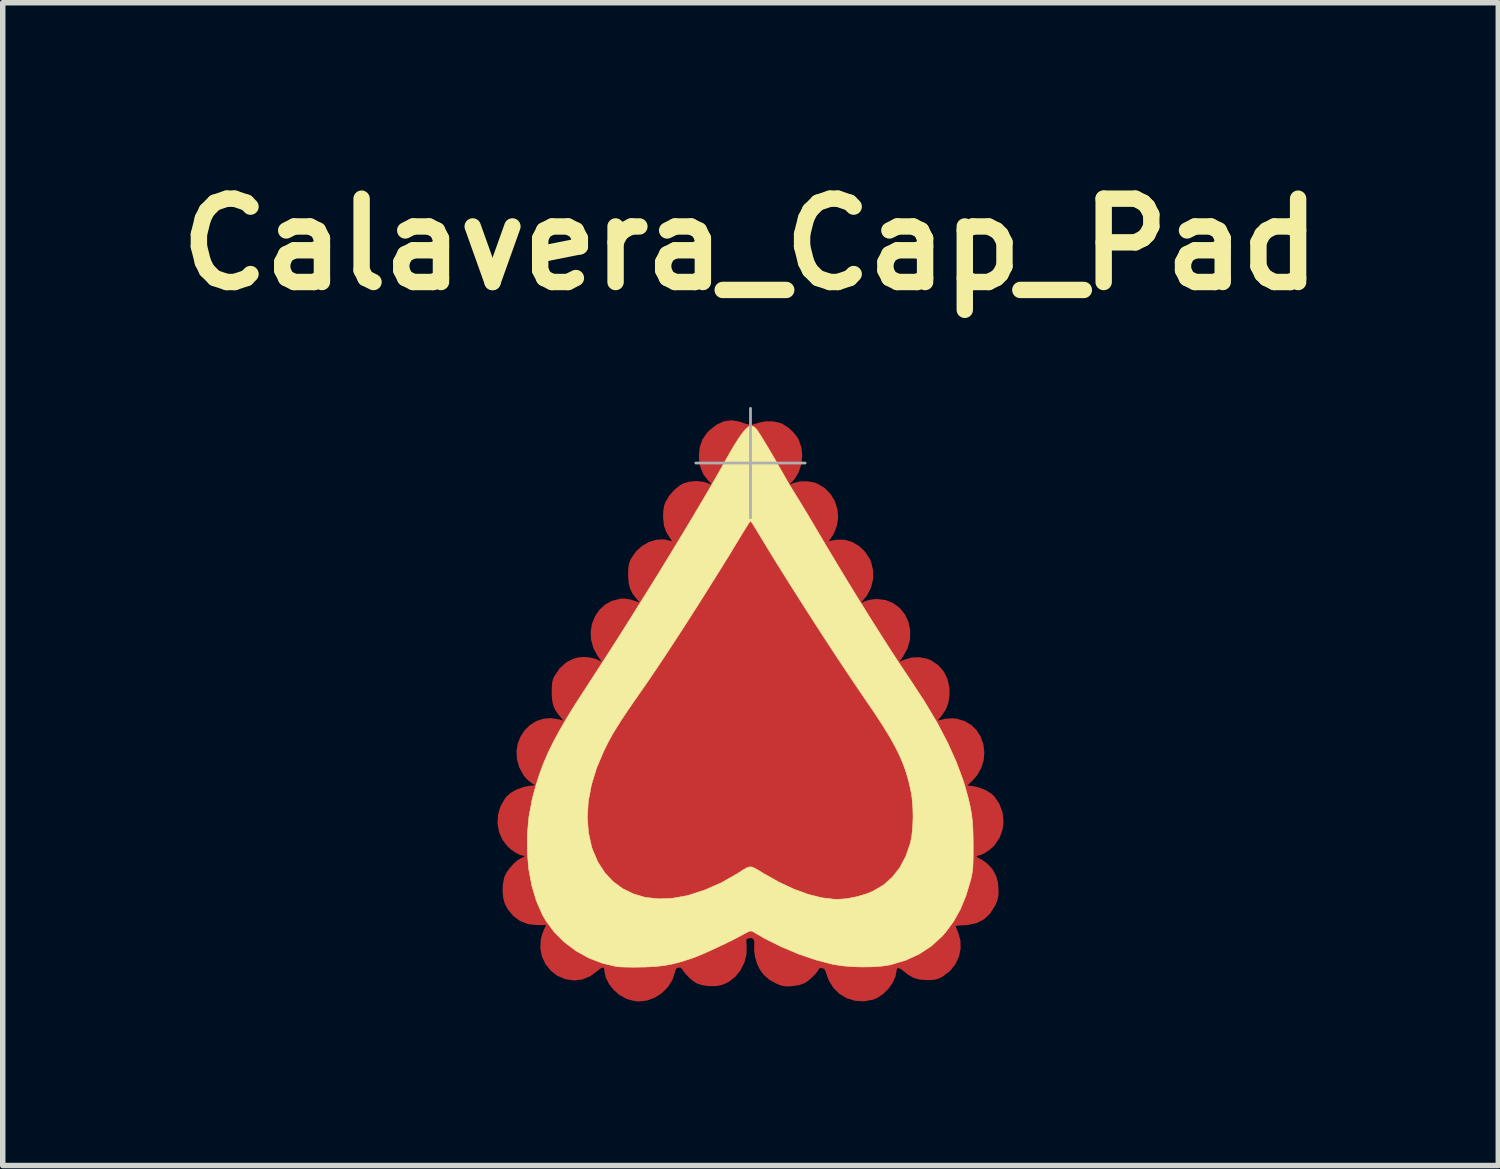
<source format=kicad_pcb>
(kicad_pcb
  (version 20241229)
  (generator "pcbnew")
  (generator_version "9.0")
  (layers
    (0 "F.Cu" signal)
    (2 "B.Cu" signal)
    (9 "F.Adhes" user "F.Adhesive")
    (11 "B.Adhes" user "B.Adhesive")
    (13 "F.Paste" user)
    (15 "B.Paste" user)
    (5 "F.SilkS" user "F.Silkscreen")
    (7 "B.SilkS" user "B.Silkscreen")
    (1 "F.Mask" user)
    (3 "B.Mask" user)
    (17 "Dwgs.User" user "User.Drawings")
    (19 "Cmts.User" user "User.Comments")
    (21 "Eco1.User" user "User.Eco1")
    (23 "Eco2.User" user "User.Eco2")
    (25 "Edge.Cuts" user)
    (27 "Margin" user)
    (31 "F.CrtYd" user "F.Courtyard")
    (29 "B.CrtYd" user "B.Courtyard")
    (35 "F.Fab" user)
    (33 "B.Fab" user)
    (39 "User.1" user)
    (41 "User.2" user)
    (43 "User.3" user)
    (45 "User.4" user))
  (footprint "Calavera_Cap_Pad"
    (layer "F.Cu")
    (at 10.675 5.418)
    (property "Reference" "Calavera_Cap_Pad" (at 0 -4 0) (layer "F.SilkS") (effects (font (size 1.524 1.524) (thickness 0.3))))
    (attr exclude_from_pos_files exclude_from_bom)
    (fp_circle (center -3.49 6.71) (end -3.489 6.71) (stroke (width 0.3) (type solid)) (fill no) (layer "F.Mask"))
    (fp_circle (center -3.44 7.39) (end -3.439 7.39) (stroke (width 0.3) (type solid)) (fill no) (layer "F.Mask"))
    (fp_circle (center -3.39 6.02) (end -3.389 6.02) (stroke (width 0.3) (type solid)) (fill no) (layer "F.Mask"))
    (fp_circle (center -3.19 7.94) (end -3.189 7.94) (stroke (width 0.3) (type solid)) (fill no) (layer "F.Mask"))
    (fp_circle (center -3.18 5.35) (end -3.179 5.35) (stroke (width 0.3) (type solid)) (fill no) (layer "F.Mask"))
    (fp_circle (center -2.94 4.81) (end -2.939 4.81) (stroke (width 0.3) (type solid)) (fill no) (layer "F.Mask"))
    (fp_circle (center -2.8 8.37) (end -2.799 8.37) (stroke (width 0.3) (type solid)) (fill no) (layer "F.Mask"))
    (fp_circle (center -2.6 4.29) (end -2.599 4.29) (stroke (width 0.3) (type solid)) (fill no) (layer "F.Mask"))
    (fp_circle (center -2.22 3.7) (end -2.219 3.7) (stroke (width 0.3) (type solid)) (fill no) (layer "F.Mask"))
    (fp_circle (center -2.19 8.6) (end -2.189 8.6) (stroke (width 0.3) (type solid)) (fill no) (layer "F.Mask"))
    (fp_circle (center -1.78 3.12) (end -1.779 3.12) (stroke (width 0.3) (type solid)) (fill no) (layer "F.Mask"))
    (fp_circle (center -1.56 8.59) (end -1.559 8.59) (stroke (width 0.3) (type solid)) (fill no) (layer "F.Mask"))
    (fp_circle (center -1.45 2.51) (end -1.449 2.51) (stroke (width 0.3) (type solid)) (fill no) (layer "F.Mask"))
    (fp_circle (center -1.07 1.9) (end -1.069 1.9) (stroke (width 0.3) (type solid)) (fill no) (layer "F.Mask"))
    (fp_circle (center -0.95 8.42) (end -0.949 8.42) (stroke (width 0.3) (type solid)) (fill no) (layer "F.Mask"))
    (fp_circle (center -0.74 1.39) (end -0.739 1.39) (stroke (width 0.3) (type solid)) (fill no) (layer "F.Mask"))
    (fp_circle (center -0.4 0.8) (end -0.399 0.8) (stroke (width 0.3) (type solid)) (fill no) (layer "F.Mask"))
    (fp_circle (center -0.33 8.14) (end -0.329 8.14) (stroke (width 0.3) (type solid)) (fill no) (layer "F.Mask"))
    (fp_circle (center 0 0.24) (end 0.001 0.24) (stroke (width 0.3) (type solid)) (fill no) (layer "F.Mask"))
    (fp_circle (center 0.33 8.14) (end 0.331 8.14) (stroke (width 0.3) (type solid)) (fill no) (layer "F.Mask"))
    (fp_circle (center 0.39 0.8) (end 0.391 0.8) (stroke (width 0.3) (type solid)) (fill no) (layer "F.Mask"))
    (fp_circle (center 0.74 1.39) (end 0.741 1.39) (stroke (width 0.3) (type solid)) (fill no) (layer "F.Mask"))
    (fp_circle (center 0.96 8.41) (end 0.961 8.41) (stroke (width 0.3) (type solid)) (fill no) (layer "F.Mask"))
    (fp_circle (center 1.07 1.91) (end 1.071 1.91) (stroke (width 0.3) (type solid)) (fill no) (layer "F.Mask"))
    (fp_circle (center 1.46 2.52) (end 1.461 2.52) (stroke (width 0.3) (type solid)) (fill no) (layer "F.Mask"))
    (fp_circle (center 1.56 8.59) (end 1.561 8.59) (stroke (width 0.3) (type solid)) (fill no) (layer "F.Mask"))
    (fp_circle (center 1.77 3.11) (end 1.771 3.11) (stroke (width 0.3) (type solid)) (fill no) (layer "F.Mask"))
    (fp_circle (center 2.19 8.6) (end 2.191 8.6) (stroke (width 0.3) (type solid)) (fill no) (layer "F.Mask"))
    (fp_circle (center 2.23 3.71) (end 2.231 3.71) (stroke (width 0.3) (type solid)) (fill no) (layer "F.Mask"))
    (fp_circle (center 2.62 4.3) (end 2.621 4.3) (stroke (width 0.3) (type solid)) (fill no) (layer "F.Mask"))
    (fp_circle (center 2.8 8.37) (end 2.801 8.37) (stroke (width 0.3) (type solid)) (fill no) (layer "F.Mask"))
    (fp_circle (center 2.94 4.81) (end 2.941 4.81) (stroke (width 0.3) (type solid)) (fill no) (layer "F.Mask"))
    (fp_circle (center 3.19 5.35) (end 3.191 5.35) (stroke (width 0.3) (type solid)) (fill no) (layer "F.Mask"))
    (fp_circle (center 3.19 7.94) (end 3.191 7.94) (stroke (width 0.3) (type solid)) (fill no) (layer "F.Mask"))
    (fp_circle (center 3.4 6.04) (end 3.401 6.04) (stroke (width 0.3) (type solid)) (fill no) (layer "F.Mask"))
    (fp_circle (center 3.44 7.39) (end 3.441 7.39) (stroke (width 0.3) (type solid)) (fill no) (layer "F.Mask"))
    (fp_circle (center 3.48 6.72) (end 3.481 6.72) (stroke (width 0.3) (type solid)) (fill no) (layer "F.Mask"))
    (fp_poly (pts (xy 0.014 0.917) (xy 0.046 0.965) (xy 0.093 1.039) (xy 0.152 1.132) (xy 0.218 1.241) (xy 0.233 1.265) (xy 0.411 1.556) (xy 0.595 1.856) (xy 0.784 2.158) (xy 0.974 2.459) (xy 1.162 2.755) (xy 1.345 3.04) (xy 1.521 3.311) (xy 1.686 3.563) (xy 1.839 3.792) (xy 1.975 3.992) (xy 2.085 4.149) (xy 2.265 4.406) (xy 2.42 4.636) (xy 2.552 4.843) (xy 2.663 5.032) (xy 2.756 5.207) (xy 2.834 5.373) (xy 2.899 5.534) (xy 2.952 5.696) (xy 2.997 5.862) (xy 3.02 5.963) (xy 3.039 6.085) (xy 3.052 6.233) (xy 3.059 6.395) (xy 3.059 6.56) (xy 3.053 6.719) (xy 3.041 6.859) (xy 3.022 6.97) (xy 3.018 6.985) (xy 2.932 7.234) (xy 2.818 7.452) (xy 2.675 7.639) (xy 2.504 7.794) (xy 2.305 7.918) (xy 2.078 8.01) (xy 1.984 8.037) (xy 1.899 8.056) (xy 1.823 8.068) (xy 1.742 8.073) (xy 1.642 8.073) (xy 1.544 8.069) (xy 1.242 8.034) (xy 0.938 7.958) (xy 0.634 7.841) (xy 0.332 7.683) (xy 0.143 7.564) (xy 0.08 7.523) (xy 0.028 7.494) (xy 0.001 7.483) (xy 0.001 7.483) (xy -0.025 7.494) (xy -0.078 7.523) (xy -0.148 7.566) (xy -0.196 7.596) (xy -0.514 7.78) (xy -0.839 7.923) (xy -1.126 8.014) (xy -1.275 8.044) (xy -1.441 8.063) (xy -1.613 8.071) (xy -1.779 8.067) (xy -1.924 8.052) (xy -2.002 8.035) (xy -2.238 7.951) (xy -2.447 7.835) (xy -2.628 7.688) (xy -2.78 7.509) (xy -2.904 7.3) (xy -2.998 7.06) (xy -3.02 6.985) (xy -3.04 6.88) (xy -3.053 6.744) (xy -3.061 6.588) (xy -3.061 6.423) (xy -3.056 6.259) (xy -3.044 6.109) (xy -3.025 5.982) (xy -3.022 5.963) (xy -2.948 5.684) (xy -2.848 5.408) (xy -2.718 5.13) (xy -2.556 4.844) (xy -2.389 4.587) (xy -2.036 4.067) (xy -1.705 3.574) (xy -1.393 3.102) (xy -1.096 2.644) (xy -0.81 2.196) (xy -0.531 1.75) (xy -0.286 1.35) (xy -0.21 1.226) (xy -0.141 1.116) (xy -0.083 1.023) (xy -0.038 0.953) (xy -0.009 0.911) (xy 0 0.9) (xy 0.014 0.917)) (stroke (width 0.01) (type solid)) (fill yes) (layer "F.Mask"))
    (fp_poly (pts (xy -0.182 -0.751) (xy -0.149 -0.741) (xy -0.000001 -0.693) (xy 0.149 -0.741) (xy 0.309 -0.773) (xy 0.46 -0.764) (xy 0.599 -0.715) (xy 0.727 -0.626) (xy 0.751 -0.602) (xy 0.851 -0.473) (xy 0.914 -0.325) (xy 0.94 -0.158) (xy 0.94 -0.127) (xy 0.927 0.025) (xy 0.884 0.155) (xy 0.807 0.275) (xy 0.776 0.311) (xy 0.7 0.395) (xy 0.821 0.354) (xy 0.965 0.325) (xy 1.105 0.334) (xy 1.235 0.377) (xy 1.351 0.449) (xy 1.45 0.547) (xy 1.527 0.665) (xy 1.578 0.799) (xy 1.599 0.945) (xy 1.585 1.099) (xy 1.577 1.132) (xy 1.548 1.219) (xy 1.509 1.305) (xy 1.483 1.347) (xy 1.422 1.435) (xy 1.5 1.413) (xy 1.601 1.4) (xy 1.718 1.407) (xy 1.831 1.431) (xy 1.898 1.457) (xy 2 1.527) (xy 2.094 1.625) (xy 2.17 1.738) (xy 2.211 1.832) (xy 2.241 1.99) (xy 2.233 2.149) (xy 2.191 2.3) (xy 2.116 2.435) (xy 2.071 2.49) (xy 2.008 2.556) (xy 2.12 2.517) (xy 2.277 2.481) (xy 2.422 2.487) (xy 2.559 2.534) (xy 2.687 2.622) (xy 2.732 2.665) (xy 2.829 2.781) (xy 2.889 2.901) (xy 2.917 3.036) (xy 2.921 3.123) (xy 2.907 3.273) (xy 2.861 3.407) (xy 2.782 3.537) (xy 2.707 3.64) (xy 2.808 3.593) (xy 2.919 3.56) (xy 3.045 3.548) (xy 3.17 3.558) (xy 3.266 3.586) (xy 3.381 3.656) (xy 3.485 3.758) (xy 3.568 3.879) (xy 3.587 3.919) (xy 3.617 3.991) (xy 3.634 4.051) (xy 3.639 4.116) (xy 3.637 4.204) (xy 3.636 4.22) (xy 3.619 4.362) (xy 3.581 4.479) (xy 3.517 4.586) (xy 3.466 4.65) (xy 3.429 4.695) (xy 3.421 4.714) (xy 3.439 4.711) (xy 3.44 4.711) (xy 3.593 4.67) (xy 3.745 4.669) (xy 3.888 4.706) (xy 4.018 4.779) (xy 4.129 4.885) (xy 4.206 5.004) (xy 4.251 5.131) (xy 4.272 5.275) (xy 4.267 5.419) (xy 4.256 5.476) (xy 4.221 5.571) (xy 4.165 5.671) (xy 4.098 5.761) (xy 4.03 5.826) (xy 4.022 5.831) (xy 3.98 5.862) (xy 3.959 5.884) (xy 3.958 5.887) (xy 3.977 5.896) (xy 4.026 5.906) (xy 4.072 5.911) (xy 4.222 5.946) (xy 4.351 6.012) (xy 4.458 6.105) (xy 4.539 6.219) (xy 4.595 6.349) (xy 4.622 6.488) (xy 4.619 6.632) (xy 4.584 6.775) (xy 4.516 6.91) (xy 4.425 7.022) (xy 4.346 7.086) (xy 4.26 7.137) (xy 4.231 7.149) (xy 4.162 7.176) (xy 4.132 7.197) (xy 4.141 7.213) (xy 4.177 7.226) (xy 4.239 7.256) (xy 4.312 7.314) (xy 4.385 7.39) (xy 4.448 7.473) (xy 4.479 7.528) (xy 4.527 7.672) (xy 4.538 7.826) (xy 4.513 7.981) (xy 4.454 8.129) (xy 4.373 8.248) (xy 4.324 8.294) (xy 4.252 8.344) (xy 4.187 8.381) (xy 4.106 8.417) (xy 4.035 8.437) (xy 3.954 8.445) (xy 3.902 8.445) (xy 3.827 8.446) (xy 3.772 8.449) (xy 3.747 8.453) (xy 3.747 8.453) (xy 3.754 8.476) (xy 3.775 8.524) (xy 3.792 8.565) (xy 3.826 8.671) (xy 3.839 8.797) (xy 3.839 8.817) (xy 3.837 8.907) (xy 3.825 8.978) (xy 3.798 9.051) (xy 3.771 9.109) (xy 3.684 9.243) (xy 3.573 9.346) (xy 3.445 9.415) (xy 3.305 9.451) (xy 3.16 9.452) (xy 3.015 9.417) (xy 2.875 9.345) (xy 2.802 9.287) (xy 2.737 9.238) (xy 2.693 9.226) (xy 2.67 9.25) (xy 2.667 9.28) (xy 2.648 9.387) (xy 2.597 9.5) (xy 2.521 9.609) (xy 2.426 9.703) (xy 2.32 9.773) (xy 2.302 9.781) (xy 2.166 9.821) (xy 2.015 9.833) (xy 1.866 9.815) (xy 1.762 9.781) (xy 1.66 9.72) (xy 1.564 9.634) (xy 1.481 9.533) (xy 1.418 9.426) (xy 1.382 9.322) (xy 1.376 9.27) (xy 1.357 9.237) (xy 1.323 9.223) (xy 1.282 9.224) (xy 1.248 9.251) (xy 1.226 9.284) (xy 1.13 9.403) (xy 1.011 9.49) (xy 0.877 9.543) (xy 0.732 9.564) (xy 0.585 9.549) (xy 0.441 9.499) (xy 0.306 9.413) (xy 0.297 9.406) (xy 0.201 9.299) (xy 0.128 9.166) (xy 0.083 9.018) (xy 0.072 8.866) (xy 0.074 8.826) (xy 0.08 8.757) (xy 0.075 8.717) (xy 0.058 8.693) (xy 0.044 8.683) (xy -0.000229 8.667) (xy -0.044 8.683) (xy -0.068 8.704) (xy -0.079 8.735) (xy -0.078 8.788) (xy -0.074 8.826) (xy -0.076 8.965) (xy -0.107 9.11) (xy -0.162 9.241) (xy -0.178 9.267) (xy -0.277 9.388) (xy -0.401 9.479) (xy -0.542 9.539) (xy -0.693 9.565) (xy -0.845 9.553) (xy -0.91 9.536) (xy -1.002 9.491) (xy -1.099 9.42) (xy -1.189 9.334) (xy -1.25 9.255) (xy -1.287 9.225) (xy -1.33 9.22) (xy -1.365 9.238) (xy -1.376 9.27) (xy -1.394 9.367) (xy -1.443 9.474) (xy -1.516 9.579) (xy -1.605 9.674) (xy -1.704 9.749) (xy -1.762 9.779) (xy -1.88 9.816) (xy -2.009 9.834) (xy -2.132 9.831) (xy -2.212 9.814) (xy -2.328 9.768) (xy -2.419 9.712) (xy -2.501 9.635) (xy -2.515 9.62) (xy -2.581 9.528) (xy -2.632 9.426) (xy -2.662 9.327) (xy -2.667 9.279) (xy -2.676 9.232) (xy -2.704 9.22) (xy -2.752 9.245) (xy -2.797 9.282) (xy -2.931 9.378) (xy -3.073 9.435) (xy -3.219 9.456) (xy -3.363 9.441) (xy -3.498 9.392) (xy -3.62 9.309) (xy -3.722 9.193) (xy -3.771 9.109) (xy -3.827 8.953) (xy -3.843 8.795) (xy -3.821 8.641) (xy -3.792 8.562) (xy -3.767 8.503) (xy -3.752 8.461) (xy -3.751 8.449) (xy -3.773 8.446) (xy -3.828 8.442) (xy -3.903 8.439) (xy -3.926 8.439) (xy -4.089 8.42) (xy -4.225 8.369) (xy -4.338 8.283) (xy -4.432 8.162) (xy -4.469 8.094) (xy -4.524 7.938) (xy -4.54 7.78) (xy -4.517 7.627) (xy -4.456 7.484) (xy -4.358 7.357) (xy -4.324 7.324) (xy -4.263 7.276) (xy -4.207 7.239) (xy -4.177 7.226) (xy -4.137 7.211) (xy -4.134 7.194) (xy -4.17 7.172) (xy -4.228 7.15) (xy -4.351 7.084) (xy -4.387 7.052) (xy -4 7.052) (xy -3.978 7.374) (xy -3.922 7.68) (xy -3.832 7.967) (xy -3.707 8.235) (xy -3.552 8.474) (xy -3.389 8.657) (xy -3.195 8.813) (xy -2.972 8.942) (xy -2.725 9.041) (xy -2.456 9.108) (xy -2.365 9.123) (xy -2.243 9.133) (xy -2.092 9.135) (xy -1.925 9.128) (xy -1.757 9.114) (xy -1.598 9.094) (xy -1.517 9.08) (xy -1.236 9.009) (xy -0.942 8.909) (xy -0.65 8.787) (xy -0.371 8.646) (xy -0.215 8.555) (xy -0.136 8.508) (xy -0.066 8.471) (xy -0.017 8.449) (xy -0.002 8.445) (xy 0.031 8.456) (xy 0.091 8.484) (xy 0.168 8.526) (xy 0.235 8.566) (xy 0.532 8.729) (xy 0.839 8.867) (xy 1.149 8.979) (xy 1.455 9.061) (xy 1.748 9.11) (xy 1.842 9.119) (xy 2.157 9.125) (xy 2.45 9.096) (xy 2.721 9.033) (xy 2.969 8.934) (xy 3.193 8.803) (xy 3.392 8.637) (xy 3.566 8.439) (xy 3.712 8.209) (xy 3.749 8.138) (xy 3.862 7.858) (xy 3.94 7.559) (xy 3.983 7.241) (xy 3.991 6.909) (xy 3.964 6.565) (xy 3.902 6.211) (xy 3.806 5.85) (xy 3.676 5.485) (xy 3.512 5.118) (xy 3.501 5.095) (xy 3.463 5.022) (xy 3.428 4.953) (xy 3.391 4.886) (xy 3.351 4.816) (xy 3.305 4.738) (xy 3.249 4.649) (xy 3.182 4.543) (xy 3.101 4.417) (xy 3.002 4.266) (xy 2.884 4.085) (xy 2.835 4.011) (xy 2.592 3.636) (xy 2.331 3.226) (xy 2.055 2.786) (xy 1.766 2.319) (xy 1.467 1.828) (xy 1.159 1.318) (xy 0.845 0.792) (xy 0.527 0.252) (xy 0.358 -0.036) (xy 0.258 -0.208) (xy 0.176 -0.345) (xy 0.111 -0.451) (xy 0.061 -0.527) (xy 0.025 -0.577) (xy 0.001 -0.603) (xy -0.012 -0.608) (xy -0.014 -0.607) (xy -0.029 -0.584) (xy -0.064 -0.528) (xy -0.115 -0.444) (xy -0.181 -0.333) (xy -0.259 -0.201) (xy -0.348 -0.05) (xy -0.445 0.114) (xy -0.545 0.286) (xy -0.856 0.816) (xy -1.15 1.312) (xy -1.429 1.777) (xy -1.694 2.213) (xy -1.947 2.625) (xy -2.191 3.014) (xy -2.427 3.385) (xy -2.657 3.739) (xy -2.879 4.074) (xy -3.019 4.286) (xy -3.138 4.468) (xy -3.238 4.627) (xy -3.324 4.767) (xy -3.397 4.894) (xy -3.462 5.013) (xy -3.521 5.13) (xy -3.578 5.25) (xy -3.592 5.281) (xy -3.743 5.649) (xy -3.858 6.012) (xy -3.94 6.369) (xy -3.987 6.716) (xy -4 7.052) (xy -4.387 7.052) (xy -4.458 6.987) (xy -4.542 6.864) (xy -4.598 6.724) (xy -4.622 6.576) (xy -4.622 6.564) (xy -4.606 6.394) (xy -4.554 6.244) (xy -4.47 6.116) (xy -4.357 6.016) (xy -4.217 5.945) (xy -4.058 5.909) (xy -3.929 5.895) (xy -4.014 5.839) (xy -4.118 5.746) (xy -4.197 5.625) (xy -4.25 5.482) (xy -4.273 5.327) (xy -4.271 5.242) (xy -4.239 5.085) (xy -4.175 4.948) (xy -4.084 4.834) (xy -3.97 4.747) (xy -3.838 4.69) (xy -3.695 4.666) (xy -3.546 4.679) (xy -3.44 4.711) (xy -3.421 4.714) (xy -3.429 4.695) (xy -3.465 4.65) (xy -3.466 4.65) (xy -3.552 4.534) (xy -3.605 4.416) (xy -3.632 4.28) (xy -3.636 4.229) (xy -3.632 4.07) (xy -3.597 3.932) (xy -3.528 3.809) (xy -3.477 3.745) (xy -3.36 3.644) (xy -3.226 3.577) (xy -3.083 3.546) (xy -2.937 3.553) (xy -2.808 3.593) (xy -2.707 3.64) (xy -2.782 3.537) (xy -2.863 3.404) (xy -2.908 3.269) (xy -2.921 3.123) (xy -2.908 2.974) (xy -2.867 2.847) (xy -2.791 2.73) (xy -2.732 2.665) (xy -2.607 2.561) (xy -2.474 2.499) (xy -2.331 2.479) (xy -2.179 2.499) (xy -2.12 2.517) (xy -2.008 2.556) (xy -2.071 2.49) (xy -2.149 2.393) (xy -2.199 2.294) (xy -2.225 2.179) (xy -2.233 2.043) (xy -2.231 1.939) (xy -2.223 1.864) (xy -2.206 1.804) (xy -2.185 1.754) (xy -2.104 1.629) (xy -1.999 1.523) (xy -1.899 1.458) (xy -1.815 1.427) (xy -1.711 1.407) (xy -1.606 1.399) (xy -1.516 1.406) (xy -1.485 1.414) (xy -1.421 1.436) (xy -1.483 1.348) (xy -1.538 1.245) (xy -1.578 1.122) (xy -1.6 0.998) (xy -1.599 0.891) (xy -1.558 0.735) (xy -1.487 0.598) (xy -1.392 0.485) (xy -1.276 0.4) (xy -1.146 0.345) (xy -1.006 0.325) (xy -0.861 0.342) (xy -0.821 0.354) (xy -0.7 0.395) (xy -0.776 0.311) (xy -0.867 0.18) (xy -0.923 0.034) (xy -0.944 -0.12) (xy -0.928 -0.275) (xy -0.878 -0.423) (xy -0.792 -0.557) (xy -0.751 -0.602) (xy -0.626 -0.7) (xy -0.489 -0.758) (xy -0.34 -0.775) (xy -0.182 -0.751)) (stroke (width 0.01) (type solid)) (fill yes) (layer "F.Mask"))
    (fp_poly (pts (xy 0.055 -0.668) (xy 0.1 -0.63) (xy 0.129 -0.591) (xy 0.175 -0.521) (xy 0.234 -0.426) (xy 0.305 -0.31) (xy 0.382 -0.18) (xy 0.463 -0.04) (xy 0.544 0.103) (xy 0.582 0.169) (xy 0.647 0.284) (xy 0.722 0.412) (xy 0.796 0.533) (xy 0.833 0.593) (xy 0.883 0.674) (xy 0.95 0.783) (xy 1.026 0.909) (xy 1.107 1.044) (xy 1.186 1.178) (xy 1.196 1.196) (xy 1.39 1.523) (xy 1.589 1.855) (xy 1.789 2.186) (xy 1.989 2.511) (xy 2.185 2.826) (xy 2.374 3.125) (xy 2.552 3.404) (xy 2.717 3.657) (xy 2.866 3.88) (xy 2.912 3.948) (xy 3.18 4.357) (xy 3.412 4.746) (xy 3.607 5.118) (xy 3.766 5.472) (xy 3.891 5.809) (xy 3.937 5.962) (xy 3.983 6.132) (xy 4.017 6.279) (xy 4.042 6.416) (xy 4.058 6.554) (xy 4.068 6.703) (xy 4.072 6.877) (xy 4.073 7.006) (xy 4.073 7.161) (xy 4.071 7.283) (xy 4.067 7.378) (xy 4.06 7.455) (xy 4.049 7.524) (xy 4.035 7.59) (xy 4.028 7.62) (xy 3.942 7.908) (xy 3.838 8.161) (xy 3.713 8.385) (xy 3.565 8.585) (xy 3.498 8.66) (xy 3.302 8.838) (xy 3.082 8.982) (xy 2.836 9.094) (xy 2.563 9.175) (xy 2.551 9.178) (xy 2.406 9.2) (xy 2.232 9.213) (xy 2.043 9.216) (xy 1.851 9.21) (xy 1.669 9.194) (xy 1.509 9.168) (xy 1.506 9.168) (xy 1.2 9.088) (xy 0.882 8.98) (xy 0.564 8.846) (xy 0.259 8.694) (xy 0.041 8.567) (xy 0.011 8.557) (xy -0.028 8.565) (xy -0.088 8.595) (xy -0.099 8.601) (xy -0.201 8.657) (xy -0.326 8.722) (xy -0.467 8.791) (xy -0.615 8.861) (xy -0.759 8.927) (xy -0.892 8.986) (xy -1.004 9.032) (xy -1.074 9.058) (xy -1.258 9.117) (xy -1.42 9.16) (xy -1.574 9.189) (xy -1.736 9.207) (xy -1.921 9.217) (xy -1.99 9.218) (xy -2.117 9.22) (xy -2.238 9.219) (xy -2.342 9.216) (xy -2.42 9.212) (xy -2.449 9.209) (xy -2.711 9.147) (xy -2.961 9.05) (xy -3.194 8.92) (xy -3.405 8.76) (xy -3.591 8.575) (xy -3.744 8.367) (xy -3.808 8.255) (xy -3.917 8.004) (xy -4 7.726) (xy -4.055 7.428) (xy -4.082 7.116) (xy -4.082 6.795) (xy -4.053 6.477) (xy -2.984 6.477) (xy -2.964 6.756) (xy -2.905 7.022) (xy -2.888 7.072) (xy -2.792 7.296) (xy -2.667 7.489) (xy -2.516 7.652) (xy -2.341 7.782) (xy -2.143 7.879) (xy -1.926 7.943) (xy -1.691 7.97) (xy -1.441 7.962) (xy -1.178 7.916) (xy -1.136 7.906) (xy -0.832 7.807) (xy -0.529 7.674) (xy -0.242 7.51) (xy -0.23 7.503) (xy -0.14 7.444) (xy -0.075 7.406) (xy -0.025 7.387) (xy 0.021 7.387) (xy 0.074 7.408) (xy 0.144 7.448) (xy 0.232 7.502) (xy 0.519 7.664) (xy 0.795 7.793) (xy 1.059 7.889) (xy 1.307 7.951) (xy 1.537 7.978) (xy 1.59 7.98) (xy 1.766 7.967) (xy 1.955 7.929) (xy 2.139 7.873) (xy 2.24 7.83) (xy 2.43 7.719) (xy 2.594 7.574) (xy 2.732 7.397) (xy 2.842 7.188) (xy 2.924 6.951) (xy 2.95 6.817) (xy 2.966 6.654) (xy 2.973 6.477) (xy 2.969 6.296) (xy 2.954 6.125) (xy 2.935 6.006) (xy 2.896 5.831) (xy 2.85 5.666) (xy 2.793 5.505) (xy 2.723 5.342) (xy 2.638 5.172) (xy 2.535 4.989) (xy 2.412 4.789) (xy 2.265 4.565) (xy 2.161 4.413) (xy 1.97 4.133) (xy 1.765 3.828) (xy 1.55 3.504) (xy 1.33 3.168) (xy 1.11 2.828) (xy 0.893 2.488) (xy 0.683 2.157) (xy 0.485 1.841) (xy 0.304 1.546) (xy 0.147 1.286) (xy 0.094 1.2) (xy 0.05 1.128) (xy 0.017 1.079) (xy 0.001 1.059) (xy 0.000165 1.058) (xy -0.014 1.076) (xy -0.046 1.123) (xy -0.092 1.196) (xy -0.148 1.287) (xy -0.199 1.371) (xy -0.378 1.666) (xy -0.568 1.973) (xy -0.764 2.286) (xy -0.963 2.601) (xy -1.162 2.912) (xy -1.357 3.213) (xy -1.544 3.499) (xy -1.721 3.764) (xy -1.883 4.003) (xy -2.018 4.197) (xy -2.157 4.396) (xy -2.274 4.568) (xy -2.372 4.716) (xy -2.455 4.848) (xy -2.527 4.967) (xy -2.59 5.081) (xy -2.648 5.195) (xy -2.68 5.26) (xy -2.814 5.576) (xy -2.909 5.885) (xy -2.966 6.186) (xy -2.984 6.477) (xy -4.053 6.477) (xy -4.053 6.474) (xy -3.994 6.158) (xy -3.979 6.096) (xy -3.922 5.888) (xy -3.859 5.69) (xy -3.787 5.496) (xy -3.704 5.302) (xy -3.606 5.102) (xy -3.492 4.891) (xy -3.359 4.663) (xy -3.205 4.413) (xy -3.029 4.141) (xy -2.812 3.807) (xy -2.588 3.459) (xy -2.36 3.102) (xy -2.131 2.738) (xy -1.903 2.373) (xy -1.678 2.011) (xy -1.46 1.655) (xy -1.25 1.309) (xy -1.052 0.979) (xy -0.867 0.667) (xy -0.698 0.378) (xy -0.548 0.116) (xy -0.424 -0.106) (xy -0.361 -0.217) (xy -0.291 -0.334) (xy -0.223 -0.441) (xy -0.174 -0.513) (xy -0.102 -0.605) (xy -0.044 -0.66) (xy 0.007 -0.681) (xy 0.055 -0.668)) (stroke (width 0.01) (type solid)) (fill yes) (layer "F.SilkS"))
    (fp_line (start 0 -1) (end 0 1) (stroke (width 0.05) (type solid)) (layer "F.Fab"))
    (fp_line (start 1 0) (end -1 0) (stroke (width 0.05) (type solid)) (layer "F.Fab"))
    (pad "1" smd custom (at 0 5) (size 1 1) (layers "F.Cu") (options (anchor circle)) (primitives (gr_poly (pts (xy -0.197 -5.752) (xy -0.159 -5.738) (xy -0.072 -5.708) (xy -0.007 -5.696) (xy 0.053 -5.701) (xy 0.124 -5.723) (xy 0.138 -5.728) (xy 0.264 -5.757) (xy 0.403 -5.758) (xy 0.534 -5.731) (xy 0.582 -5.712) (xy 0.683 -5.649) (xy 0.78 -5.56) (xy 0.857 -5.462) (xy 0.875 -5.43) (xy 0.926 -5.288) (xy 0.942 -5.135) (xy 0.926 -4.981) (xy 0.878 -4.835) (xy 0.8 -4.707) (xy 0.761 -4.664) (xy 0.719 -4.621) (xy 0.709 -4.602) (xy 0.732 -4.606) (xy 0.791 -4.63) (xy 0.793 -4.631) (xy 0.903 -4.658) (xy 1.029 -4.662) (xy 1.154 -4.643) (xy 1.221 -4.62) (xy 1.354 -4.539) (xy 1.46 -4.432) (xy 1.537 -4.304) (xy 1.584 -4.162) (xy 1.598 -4.012) (xy 1.578 -3.862) (xy 1.524 -3.717) (xy 1.465 -3.626) (xy 1.435 -3.581) (xy 1.432 -3.564) (xy 1.446 -3.567) (xy 1.487 -3.577) (xy 1.551 -3.589) (xy 1.586 -3.594) (xy 1.723 -3.592) (xy 1.858 -3.552) (xy 1.982 -3.479) (xy 2.089 -3.378) (xy 2.173 -3.252) (xy 2.2 -3.19) (xy 2.238 -3.033) (xy 2.237 -2.875) (xy 2.2 -2.721) (xy 2.128 -2.582) (xy 2.068 -2.508) (xy 2.028 -2.463) (xy 2.018 -2.444) (xy 2.041 -2.446) (xy 2.099 -2.469) (xy 2.109 -2.473) (xy 2.177 -2.493) (xy 2.264 -2.506) (xy 2.318 -2.508) (xy 2.469 -2.49) (xy 2.607 -2.434) (xy 2.725 -2.347) (xy 2.819 -2.232) (xy 2.884 -2.094) (xy 2.916 -1.939) (xy 2.912 -1.769) (xy 2.869 -1.614) (xy 2.793 -1.477) (xy 2.753 -1.418) (xy 2.726 -1.376) (xy 2.718 -1.359) (xy 2.718 -1.359) (xy 2.74 -1.367) (xy 2.788 -1.388) (xy 2.818 -1.401) (xy 2.945 -1.438) (xy 3.085 -1.444) (xy 3.222 -1.419) (xy 3.298 -1.389) (xy 3.428 -1.302) (xy 3.53 -1.186) (xy 3.599 -1.047) (xy 3.633 -0.889) (xy 3.636 -0.767) (xy 3.615 -0.621) (xy 3.569 -0.497) (xy 3.491 -0.38) (xy 3.466 -0.35) (xy 3.429 -0.305) (xy 3.42 -0.285) (xy 3.438 -0.287) (xy 3.44 -0.288) (xy 3.565 -0.319) (xy 3.702 -0.327) (xy 3.768 -0.32) (xy 3.913 -0.278) (xy 4.036 -0.205) (xy 4.135 -0.106) (xy 4.208 0.012) (xy 4.254 0.145) (xy 4.272 0.287) (xy 4.261 0.431) (xy 4.218 0.573) (xy 4.142 0.707) (xy 4.059 0.802) (xy 3.958 0.9) (xy 4.068 0.913) (xy 4.183 0.939) (xy 4.298 0.986) (xy 4.398 1.047) (xy 4.458 1.102) (xy 4.549 1.24) (xy 4.604 1.39) (xy 4.623 1.547) (xy 4.606 1.702) (xy 4.553 1.849) (xy 4.464 1.981) (xy 4.436 2.012) (xy 4.368 2.071) (xy 4.291 2.123) (xy 4.218 2.161) (xy 4.162 2.175) (xy 4.16 2.175) (xy 4.131 2.186) (xy 4.134 2.207) (xy 4.168 2.228) (xy 4.234 2.261) (xy 4.311 2.317) (xy 4.382 2.384) (xy 4.431 2.445) (xy 4.489 2.557) (xy 4.521 2.673) (xy 4.532 2.812) (xy 4.532 2.821) (xy 4.529 2.911) (xy 4.514 2.986) (xy 4.482 3.066) (xy 4.467 3.098) (xy 4.378 3.237) (xy 4.266 3.341) (xy 4.131 3.41) (xy 3.971 3.444) (xy 3.889 3.448) (xy 3.818 3.451) (xy 3.767 3.457) (xy 3.747 3.465) (xy 3.747 3.465) (xy 3.754 3.493) (xy 3.775 3.545) (xy 3.792 3.585) (xy 3.834 3.73) (xy 3.838 3.879) (xy 3.807 4.027) (xy 3.743 4.164) (xy 3.649 4.283) (xy 3.527 4.378) (xy 3.511 4.388) (xy 3.446 4.421) (xy 3.388 4.44) (xy 3.322 4.449) (xy 3.23 4.451) (xy 3.228 4.451) (xy 3.094 4.441) (xy 2.985 4.411) (xy 2.883 4.352) (xy 2.808 4.292) (xy 2.743 4.244) (xy 2.696 4.23) (xy 2.671 4.25) (xy 2.667 4.278) (xy 2.648 4.387) (xy 2.597 4.501) (xy 2.52 4.61) (xy 2.425 4.705) (xy 2.32 4.777) (xy 2.243 4.809) (xy 2.075 4.839) (xy 1.914 4.83) (xy 1.764 4.784) (xy 1.631 4.705) (xy 1.519 4.595) (xy 1.435 4.456) (xy 1.398 4.359) (xy 1.376 4.29) (xy 1.354 4.253) (xy 1.326 4.236) (xy 1.306 4.233) (xy 1.264 4.234) (xy 1.249 4.245) (xy 1.234 4.279) (xy 1.194 4.329) (xy 1.139 4.386) (xy 1.078 4.443) (xy 1.019 4.488) (xy 0.987 4.508) (xy 0.892 4.541) (xy 0.771 4.561) (xy 0.748 4.563) (xy 0.66 4.566) (xy 0.593 4.559) (xy 0.528 4.539) (xy 0.473 4.516) (xy 0.346 4.445) (xy 0.248 4.359) (xy 0.177 4.265) (xy 0.126 4.161) (xy 0.089 4.038) (xy 0.071 3.915) (xy 0.074 3.828) (xy 0.075 3.746) (xy 0.052 3.697) (xy 0.004 3.682) (xy -0.033 3.687) (xy -0.064 3.698) (xy -0.079 3.716) (xy -0.082 3.753) (xy -0.075 3.82) (xy -0.075 3.822) (xy -0.077 3.98) (xy -0.115 4.132) (xy -0.185 4.272) (xy -0.281 4.392) (xy -0.401 4.486) (xy -0.514 4.538) (xy -0.631 4.561) (xy -0.762 4.562) (xy -0.888 4.543) (xy -0.986 4.509) (xy -1.06 4.459) (xy -1.14 4.387) (xy -1.21 4.309) (xy -1.246 4.254) (xy -1.281 4.223) (xy -1.32 4.223) (xy -1.359 4.241) (xy -1.38 4.284) (xy -1.386 4.31) (xy -1.432 4.452) (xy -1.513 4.58) (xy -1.621 4.688) (xy -1.751 4.772) (xy -1.895 4.825) (xy -2.038 4.842) (xy -2.144 4.83) (xy -2.258 4.797) (xy -2.275 4.79) (xy -2.392 4.725) (xy -2.496 4.635) (xy -2.581 4.528) (xy -2.64 4.414) (xy -2.666 4.3) (xy -2.667 4.279) (xy -2.676 4.232) (xy -2.704 4.22) (xy -2.753 4.245) (xy -2.794 4.279) (xy -2.932 4.38) (xy -3.078 4.44) (xy -3.229 4.458) (xy -3.385 4.434) (xy -3.39 4.433) (xy -3.533 4.371) (xy -3.653 4.277) (xy -3.746 4.159) (xy -3.81 4.022) (xy -3.839 3.874) (xy -3.831 3.72) (xy -3.822 3.678) (xy -3.799 3.6) (xy -3.772 3.532) (xy -3.755 3.498) (xy -3.736 3.461) (xy -3.738 3.444) (xy -3.739 3.444) (xy -3.768 3.444) (xy -3.827 3.444) (xy -3.903 3.445) (xy -3.905 3.445) (xy -4.065 3.428) (xy -4.209 3.373) (xy -4.333 3.282) (xy -4.436 3.157) (xy -4.487 3.061) (xy -4.516 2.961) (xy -4.529 2.839) (xy -4.524 2.709) (xy -4.502 2.59) (xy -4.494 2.566) (xy -4.458 2.492) (xy -4.4 2.411) (xy -4.332 2.334) (xy -4.261 2.271) (xy -4.198 2.232) (xy -4.183 2.227) (xy -4.141 2.209) (xy -4.128 2.189) (xy -4.146 2.177) (xy -4.16 2.175) (xy -4.216 2.162) (xy -4.288 2.125) (xy -4.365 2.073) (xy -4.434 2.014) (xy -4.436 2.012) (xy -4.534 1.884) (xy -4.596 1.74) (xy -4.622 1.586) (xy -4.612 1.43) (xy -4.567 1.278) (xy -4.485 1.136) (xy -4.458 1.102) (xy -4.378 1.032) (xy -4.268 0.972) (xy -4.144 0.928) (xy -4.053 0.91) (xy -3.926 0.895) (xy -4.006 0.845) (xy -4.068 0.796) (xy -4.129 0.731) (xy -4.146 0.708) (xy -4.225 0.563) (xy -4.266 0.416) (xy -4.274 0.271) (xy -4.252 0.132) (xy -4.202 0.004) (xy -4.127 -0.109) (xy -4.031 -0.204) (xy -3.917 -0.275) (xy -3.788 -0.319) (xy -3.646 -0.33) (xy -3.495 -0.306) (xy -3.438 -0.287) (xy -3.421 -0.286) (xy -3.431 -0.308) (xy -3.466 -0.35) (xy -3.541 -0.445) (xy -3.59 -0.532) (xy -3.617 -0.626) (xy -3.629 -0.739) (xy -3.63 -0.809) (xy -3.628 -0.912) (xy -3.622 -0.986) (xy -3.608 -1.042) (xy -3.586 -1.093) (xy -3.583 -1.097) (xy -3.487 -1.241) (xy -3.37 -1.348) (xy -3.234 -1.418) (xy -3.147 -1.441) (xy -3.054 -1.448) (xy -2.95 -1.441) (xy -2.853 -1.421) (xy -2.781 -1.391) (xy -2.779 -1.39) (xy -2.74 -1.367) (xy -2.725 -1.365) (xy -2.734 -1.389) (xy -2.768 -1.44) (xy -2.793 -1.477) (xy -2.869 -1.618) (xy -2.91 -1.766) (xy -2.918 -1.914) (xy -2.894 -2.059) (xy -2.841 -2.192) (xy -2.761 -2.31) (xy -2.657 -2.407) (xy -2.53 -2.476) (xy -2.384 -2.513) (xy -2.297 -2.516) (xy -2.205 -2.502) (xy -2.095 -2.468) (xy -2.043 -2.449) (xy -2.023 -2.446) (xy -2.032 -2.464) (xy -2.067 -2.504) (xy -2.146 -2.603) (xy -2.197 -2.702) (xy -2.224 -2.813) (xy -2.233 -2.951) (xy -2.233 -2.957) (xy -2.231 -3.056) (xy -2.224 -3.126) (xy -2.209 -3.183) (xy -2.184 -3.24) (xy -2.176 -3.256) (xy -2.089 -3.382) (xy -1.979 -3.481) (xy -1.853 -3.553) (xy -1.716 -3.593) (xy -1.578 -3.599) (xy -1.451 -3.569) (xy -1.429 -3.564) (xy -1.431 -3.577) (xy -1.458 -3.616) (xy -1.465 -3.626) (xy -1.536 -3.738) (xy -1.577 -3.855) (xy -1.593 -3.992) (xy -1.594 -4.026) (xy -1.589 -4.14) (xy -1.571 -4.23) (xy -1.551 -4.284) (xy -1.484 -4.397) (xy -1.394 -4.502) (xy -1.291 -4.586) (xy -1.232 -4.62) (xy -1.119 -4.655) (xy -0.99 -4.666) (xy -0.866 -4.653) (xy -0.796 -4.632) (xy -0.733 -4.607) (xy -0.707 -4.602) (xy -0.715 -4.621) (xy -0.755 -4.665) (xy -0.767 -4.677) (xy -0.859 -4.797) (xy -0.915 -4.933) (xy -0.938 -5.09) (xy -0.938 -5.127) (xy -0.924 -5.286) (xy -0.878 -5.422) (xy -0.798 -5.542) (xy -0.738 -5.604) (xy -0.608 -5.703) (xy -0.476 -5.761) (xy -0.339 -5.777) (xy -0.197 -5.752)) (width 0.01) (fill yes)))))
  (gr_rect
    (start -3 -3)
    (end 24.351 18.265)
    (stroke (width 0.1) (type default))
    (fill no)
    (layer "Edge.Cuts")))
</source>
